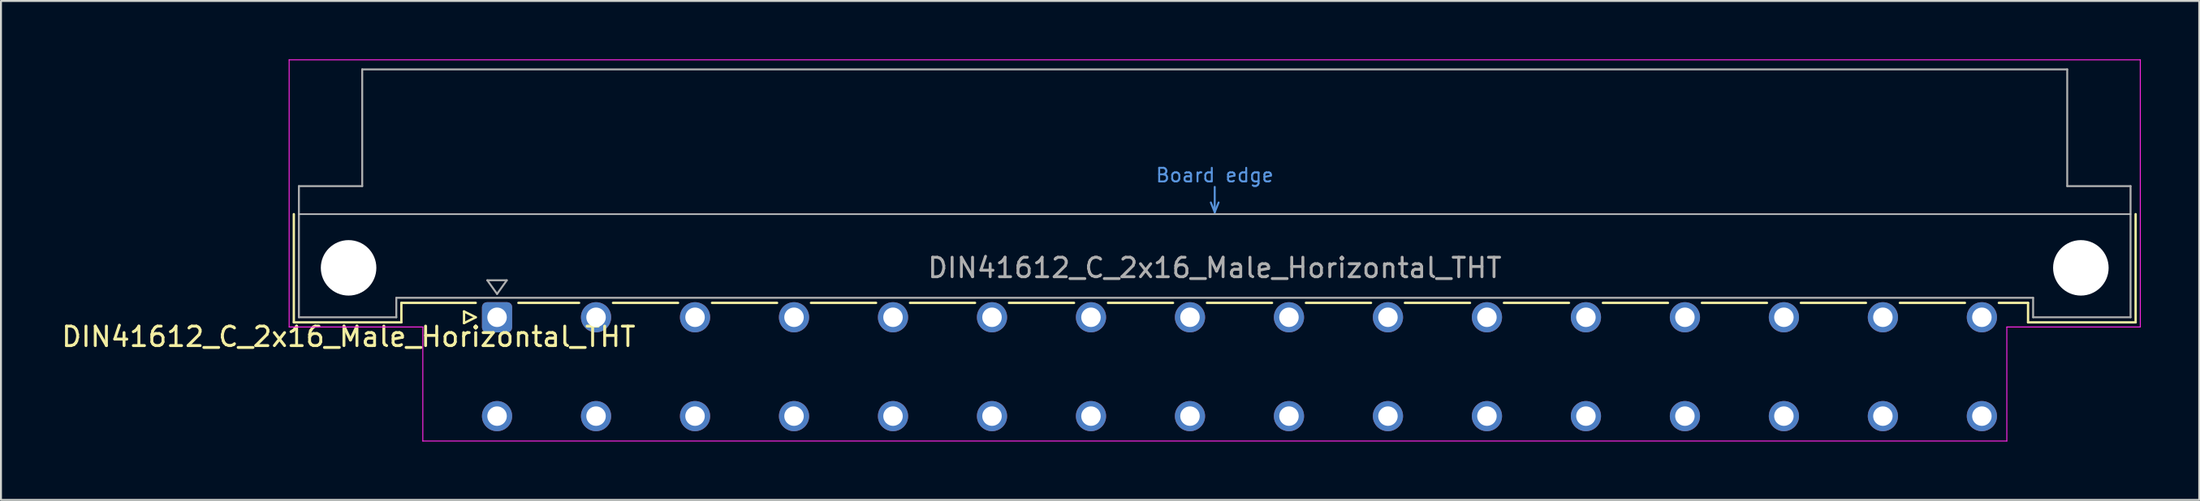
<source format=kicad_pcb>
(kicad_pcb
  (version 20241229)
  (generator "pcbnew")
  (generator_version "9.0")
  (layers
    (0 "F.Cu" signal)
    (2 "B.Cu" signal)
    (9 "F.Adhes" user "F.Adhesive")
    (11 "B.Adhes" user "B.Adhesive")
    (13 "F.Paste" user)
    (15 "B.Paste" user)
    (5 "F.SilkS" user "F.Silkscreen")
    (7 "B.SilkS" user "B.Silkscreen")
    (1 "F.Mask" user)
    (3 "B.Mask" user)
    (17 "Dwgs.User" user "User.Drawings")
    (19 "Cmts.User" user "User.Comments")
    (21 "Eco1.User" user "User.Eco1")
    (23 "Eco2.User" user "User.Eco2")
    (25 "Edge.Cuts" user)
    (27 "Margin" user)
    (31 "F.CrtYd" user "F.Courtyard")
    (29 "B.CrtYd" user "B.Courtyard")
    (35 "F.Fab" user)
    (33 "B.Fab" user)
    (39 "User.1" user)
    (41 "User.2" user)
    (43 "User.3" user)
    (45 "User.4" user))
  (footprint "DIN41612_C_2x16_Male_Horizontal_THT"
    (layer "F.Cu")
    (at 19.919 13.255)
    (property "Reference" "DIN41612_C_2x16_Male_Horizontal_THT" (at -5.08 1 0) (layer "F.SilkS") (effects (font (size 1 1) (thickness 0.15))))
    (attr through_hole)
    (fp_line (start -7.89 -5.3) (end -7.89 0.26) (stroke (width 0.12) (type solid)) (layer "F.SilkS"))
    (fp_line (start -7.89 0.26) (end -2.37 0.26) (stroke (width 0.12) (type solid)) (layer "F.SilkS"))
    (fp_line (start -2.371 -0.74) (end 1.445 -0.74) (stroke (width 0.12) (type solid)) (layer "F.SilkS"))
    (fp_line (start -2.37 0.26) (end -2.37 -0.74) (stroke (width 0.12) (type solid)) (layer "F.SilkS"))
    (fp_line (start 0.845 -0.3) (end 0.845 0.3) (stroke (width 0.12) (type solid)) (layer "F.SilkS"))
    (fp_line (start 0.845 0.3) (end 1.445 0) (stroke (width 0.12) (type solid)) (layer "F.SilkS"))
    (fp_line (start 1.445 0) (end 0.845 -0.3) (stroke (width 0.12) (type solid)) (layer "F.SilkS"))
    (fp_line (start 3.635 -0.74) (end 6.751 -0.74) (stroke (width 0.12) (type solid)) (layer "F.SilkS"))
    (fp_line (start 8.49 -0.74) (end 11.831 -0.74) (stroke (width 0.12) (type solid)) (layer "F.SilkS"))
    (fp_line (start 13.57 -0.74) (end 16.911 -0.74) (stroke (width 0.12) (type solid)) (layer "F.SilkS"))
    (fp_line (start 18.65 -0.74) (end 21.991 -0.74) (stroke (width 0.12) (type solid)) (layer "F.SilkS"))
    (fp_line (start 23.73 -0.74) (end 27.071 -0.74) (stroke (width 0.12) (type solid)) (layer "F.SilkS"))
    (fp_line (start 28.81 -0.74) (end 32.151 -0.74) (stroke (width 0.12) (type solid)) (layer "F.SilkS"))
    (fp_line (start 33.89 -0.74) (end 37.231 -0.74) (stroke (width 0.12) (type solid)) (layer "F.SilkS"))
    (fp_line (start 38.97 -0.74) (end 42.311 -0.74) (stroke (width 0.12) (type solid)) (layer "F.SilkS"))
    (fp_line (start 44.05 -0.74) (end 47.391 -0.74) (stroke (width 0.12) (type solid)) (layer "F.SilkS"))
    (fp_line (start 49.13 -0.74) (end 52.471 -0.74) (stroke (width 0.12) (type solid)) (layer "F.SilkS"))
    (fp_line (start 54.21 -0.74) (end 57.551 -0.74) (stroke (width 0.12) (type solid)) (layer "F.SilkS"))
    (fp_line (start 59.29 -0.74) (end 62.631 -0.74) (stroke (width 0.12) (type solid)) (layer "F.SilkS"))
    (fp_line (start 64.37 -0.74) (end 67.711 -0.74) (stroke (width 0.12) (type solid)) (layer "F.SilkS"))
    (fp_line (start 69.45 -0.74) (end 72.791 -0.74) (stroke (width 0.12) (type solid)) (layer "F.SilkS"))
    (fp_line (start 74.53 -0.74) (end 77.871 -0.74) (stroke (width 0.12) (type solid)) (layer "F.SilkS"))
    (fp_line (start 79.61 -0.74) (end 81.11 -0.74) (stroke (width 0.12) (type solid)) (layer "F.SilkS"))
    (fp_line (start 81.11 0.26) (end 81.11 -0.74) (stroke (width 0.12) (type solid)) (layer "F.SilkS"))
    (fp_line (start 86.63 -5.3) (end 86.63 0.26) (stroke (width 0.12) (type solid)) (layer "F.SilkS"))
    (fp_line (start 86.63 0.26) (end 81.11 0.26) (stroke (width 0.12) (type solid)) (layer "F.SilkS"))
    (fp_line (start -7.63 -5.3) (end 86.37 -5.3) (stroke (width 0.08) (type solid)) (layer "Dwgs.User"))
    (fp_line (start 39.17 -5.9) (end 39.37 -5.4) (stroke (width 0.1) (type solid)) (layer "Cmts.User"))
    (fp_line (start 39.37 -5.4) (end 39.37 -6.7) (stroke (width 0.1) (type solid)) (layer "Cmts.User"))
    (fp_line (start 39.37 -5.4) (end 39.57 -5.9) (stroke (width 0.1) (type solid)) (layer "Cmts.User"))
    (fp_line (start -8.13 -13.23) (end -8.13 0.5) (stroke (width 0.05) (type solid)) (layer "F.CrtYd"))
    (fp_line (start -8.13 0.5) (end -1.27 0.5) (stroke (width 0.05) (type solid)) (layer "F.CrtYd"))
    (fp_line (start -1.27 0.5) (end -1.27 6.36) (stroke (width 0.05) (type solid)) (layer "F.CrtYd"))
    (fp_line (start -1.27 6.36) (end 80.02 6.36) (stroke (width 0.05) (type solid)) (layer "F.CrtYd"))
    (fp_line (start 80.02 0.5) (end 86.87 0.5) (stroke (width 0.05) (type solid)) (layer "F.CrtYd"))
    (fp_line (start 80.02 6.36) (end 80.02 0.5) (stroke (width 0.05) (type solid)) (layer "F.CrtYd"))
    (fp_line (start 86.87 -13.23) (end -8.13 -13.23) (stroke (width 0.05) (type solid)) (layer "F.CrtYd"))
    (fp_line (start 86.87 0.5) (end 86.87 -13.23) (stroke (width 0.05) (type solid)) (layer "F.CrtYd"))
    (fp_line (start -7.63 -6.74) (end -7.63 0) (stroke (width 0.1) (type solid)) (layer "F.Fab"))
    (fp_line (start -7.63 0) (end -2.63 0) (stroke (width 0.1) (type solid)) (layer "F.Fab"))
    (fp_line (start -4.38 -12.74) (end -4.38 -6.74) (stroke (width 0.1) (type solid)) (layer "F.Fab"))
    (fp_line (start -4.38 -6.74) (end -7.63 -6.74) (stroke (width 0.1) (type solid)) (layer "F.Fab"))
    (fp_line (start -2.63 -1) (end 81.37 -1) (stroke (width 0.1) (type solid)) (layer "F.Fab"))
    (fp_line (start -2.63 0) (end -2.63 -1) (stroke (width 0.1) (type solid)) (layer "F.Fab"))
    (fp_line (start 2.04 -1.9) (end 3.04 -1.9) (stroke (width 0.1) (type solid)) (layer "F.Fab"))
    (fp_line (start 2.54 -1.2) (end 2.04 -1.9) (stroke (width 0.1) (type solid)) (layer "F.Fab"))
    (fp_line (start 3.04 -1.9) (end 2.54 -1.2) (stroke (width 0.1) (type solid)) (layer "F.Fab"))
    (fp_line (start 81.37 -1) (end 81.37 0) (stroke (width 0.1) (type solid)) (layer "F.Fab"))
    (fp_line (start 81.37 0) (end 86.37 0) (stroke (width 0.1) (type solid)) (layer "F.Fab"))
    (fp_line (start 83.12 -12.74) (end -4.38 -12.74) (stroke (width 0.1) (type solid)) (layer "F.Fab"))
    (fp_line (start 83.12 -6.74) (end 83.12 -12.74) (stroke (width 0.1) (type solid)) (layer "F.Fab"))
    (fp_line (start 86.37 -6.74) (end 83.12 -6.74) (stroke (width 0.1) (type solid)) (layer "F.Fab"))
    (fp_line (start 86.37 0) (end 86.37 -6.74) (stroke (width 0.1) (type solid)) (layer "F.Fab"))
    (fp_text user "Board edge" (at 39.37 -7.3 0) (layer "Cmts.User") (effects (font (size 0.7 0.7) (thickness 0.1))))
    (fp_text user "${REFERENCE}" (at 39.37 -2.54 0) (layer "F.Fab") (effects (font (size 1 1) (thickness 0.15))))
    (pad "" np_thru_hole circle (at -5.08 -2.54) (size 2.85 2.85) (drill 2.85) (layers "*.Cu" "*.Mask"))
    (pad "" np_thru_hole circle (at 83.82 -2.54) (size 2.85 2.85) (drill 2.85) (layers "*.Cu" "*.Mask"))
    (pad "a2" thru_hole roundrect (at 2.54 0) (size 1.55 1.55) (drill 1) (layers "*.Cu" "*.Mask") (roundrect_rratio 0.161))
    (pad "a4" thru_hole circle (at 7.62 0) (size 1.55 1.55) (drill 1) (layers "*.Cu" "*.Mask"))
    (pad "a6" thru_hole circle (at 12.7 0) (size 1.55 1.55) (drill 1) (layers "*.Cu" "*.Mask"))
    (pad "a8" thru_hole circle (at 17.78 0) (size 1.55 1.55) (drill 1) (layers "*.Cu" "*.Mask"))
    (pad "a10" thru_hole circle (at 22.86 0) (size 1.55 1.55) (drill 1) (layers "*.Cu" "*.Mask"))
    (pad "a12" thru_hole circle (at 27.94 0) (size 1.55 1.55) (drill 1) (layers "*.Cu" "*.Mask"))
    (pad "a14" thru_hole circle (at 33.02 0) (size 1.55 1.55) (drill 1) (layers "*.Cu" "*.Mask"))
    (pad "a16" thru_hole circle (at 38.1 0) (size 1.55 1.55) (drill 1) (layers "*.Cu" "*.Mask"))
    (pad "a18" thru_hole circle (at 43.18 0) (size 1.55 1.55) (drill 1) (layers "*.Cu" "*.Mask"))
    (pad "a20" thru_hole circle (at 48.26 0) (size 1.55 1.55) (drill 1) (layers "*.Cu" "*.Mask"))
    (pad "a22" thru_hole circle (at 53.34 0) (size 1.55 1.55) (drill 1) (layers "*.Cu" "*.Mask"))
    (pad "a24" thru_hole circle (at 58.42 0) (size 1.55 1.55) (drill 1) (layers "*.Cu" "*.Mask"))
    (pad "a26" thru_hole circle (at 63.5 0) (size 1.55 1.55) (drill 1) (layers "*.Cu" "*.Mask"))
    (pad "a28" thru_hole circle (at 68.58 0) (size 1.55 1.55) (drill 1) (layers "*.Cu" "*.Mask"))
    (pad "a30" thru_hole circle (at 73.66 0) (size 1.55 1.55) (drill 1) (layers "*.Cu" "*.Mask"))
    (pad "a32" thru_hole circle (at 78.74 0) (size 1.55 1.55) (drill 1) (layers "*.Cu" "*.Mask"))
    (pad "c2" thru_hole circle (at 2.54 5.08) (size 1.55 1.55) (drill 1) (layers "*.Cu" "*.Mask"))
    (pad "c4" thru_hole circle (at 7.62 5.08) (size 1.55 1.55) (drill 1) (layers "*.Cu" "*.Mask"))
    (pad "c6" thru_hole circle (at 12.7 5.08) (size 1.55 1.55) (drill 1) (layers "*.Cu" "*.Mask"))
    (pad "c8" thru_hole circle (at 17.78 5.08) (size 1.55 1.55) (drill 1) (layers "*.Cu" "*.Mask"))
    (pad "c10" thru_hole circle (at 22.86 5.08) (size 1.55 1.55) (drill 1) (layers "*.Cu" "*.Mask"))
    (pad "c12" thru_hole circle (at 27.94 5.08) (size 1.55 1.55) (drill 1) (layers "*.Cu" "*.Mask"))
    (pad "c14" thru_hole circle (at 33.02 5.08) (size 1.55 1.55) (drill 1) (layers "*.Cu" "*.Mask"))
    (pad "c16" thru_hole circle (at 38.1 5.08) (size 1.55 1.55) (drill 1) (layers "*.Cu" "*.Mask"))
    (pad "c18" thru_hole circle (at 43.18 5.08) (size 1.55 1.55) (drill 1) (layers "*.Cu" "*.Mask"))
    (pad "c20" thru_hole circle (at 48.26 5.08) (size 1.55 1.55) (drill 1) (layers "*.Cu" "*.Mask"))
    (pad "c22" thru_hole circle (at 53.34 5.08) (size 1.55 1.55) (drill 1) (layers "*.Cu" "*.Mask"))
    (pad "c24" thru_hole circle (at 58.42 5.08) (size 1.55 1.55) (drill 1) (layers "*.Cu" "*.Mask"))
    (pad "c26" thru_hole circle (at 63.5 5.08) (size 1.55 1.55) (drill 1) (layers "*.Cu" "*.Mask"))
    (pad "c28" thru_hole circle (at 68.58 5.08) (size 1.55 1.55) (drill 1) (layers "*.Cu" "*.Mask"))
    (pad "c30" thru_hole circle (at 73.66 5.08) (size 1.55 1.55) (drill 1) (layers "*.Cu" "*.Mask"))
    (pad "c32" thru_hole circle (at 78.74 5.08) (size 1.55 1.55) (drill 1) (layers "*.Cu" "*.Mask")))
  (gr_rect
    (start -3 -3)
    (end 109.814 22.64)
    (stroke (width 0.1) (type default))
    (fill no)
    (layer "Edge.Cuts")))
</source>
